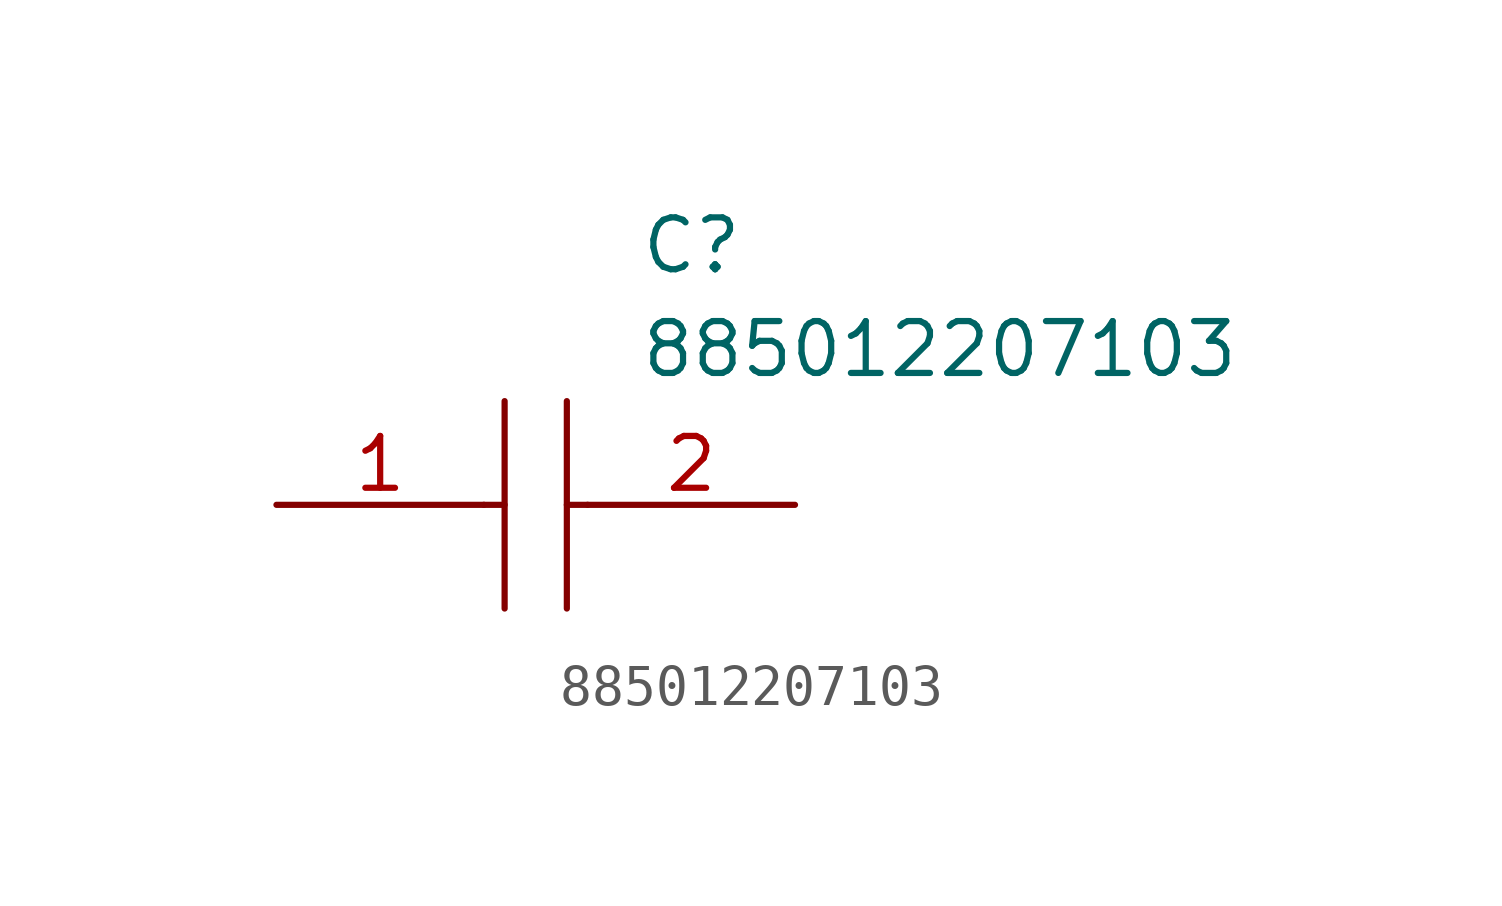
<source format=kicad_sym>
(kicad_symbol_lib
  (version 20211014)
  (generator kicad_symbol_editor)
  (symbol "885012207103"
    (pin_names
      (offset 0.762))
    (property "Reference" "C"
      (at 8.89 6.35 0)
      (effects (font (size 1.27 1.27)) (justify left)))
    (property "Value" "885012207103"
      (at 8.89 3.81 0)
      (effects (font (size 1.27 1.27)) (justify left)))
    (symbol "885012207103_0_0"
      (pin passive line (at 0 0 0) (length 5.08) (name "~" (effects (font (size 1.27 1.27)))) (number "1" (effects (font (size 1.27 1.27)))))
      (pin passive line (at 12.7 0 180) (length 5.08) (name "~" (effects (font (size 1.27 1.27)))) (number "2" (effects (font (size 1.27 1.27))))))
    (symbol "885012207103_0_1"
      (polyline (pts (xy 5.08 0) (xy 5.588 0)) (stroke (width 0.152) (type default) (color 0 0 0 0)) (fill (type background)))
      (polyline (pts (xy 5.588 2.54) (xy 5.588 -2.54)) (stroke (width 0.152) (type default) (color 0 0 0 0)) (fill (type background)))
      (polyline (pts (xy 7.112 0) (xy 7.62 0)) (stroke (width 0.152) (type default) (color 0 0 0 0)) (fill (type background)))
      (polyline (pts (xy 7.112 2.54) (xy 7.112 -2.54)) (stroke (width 0.152) (type default) (color 0 0 0 0)) (fill (type background))))))
</source>
